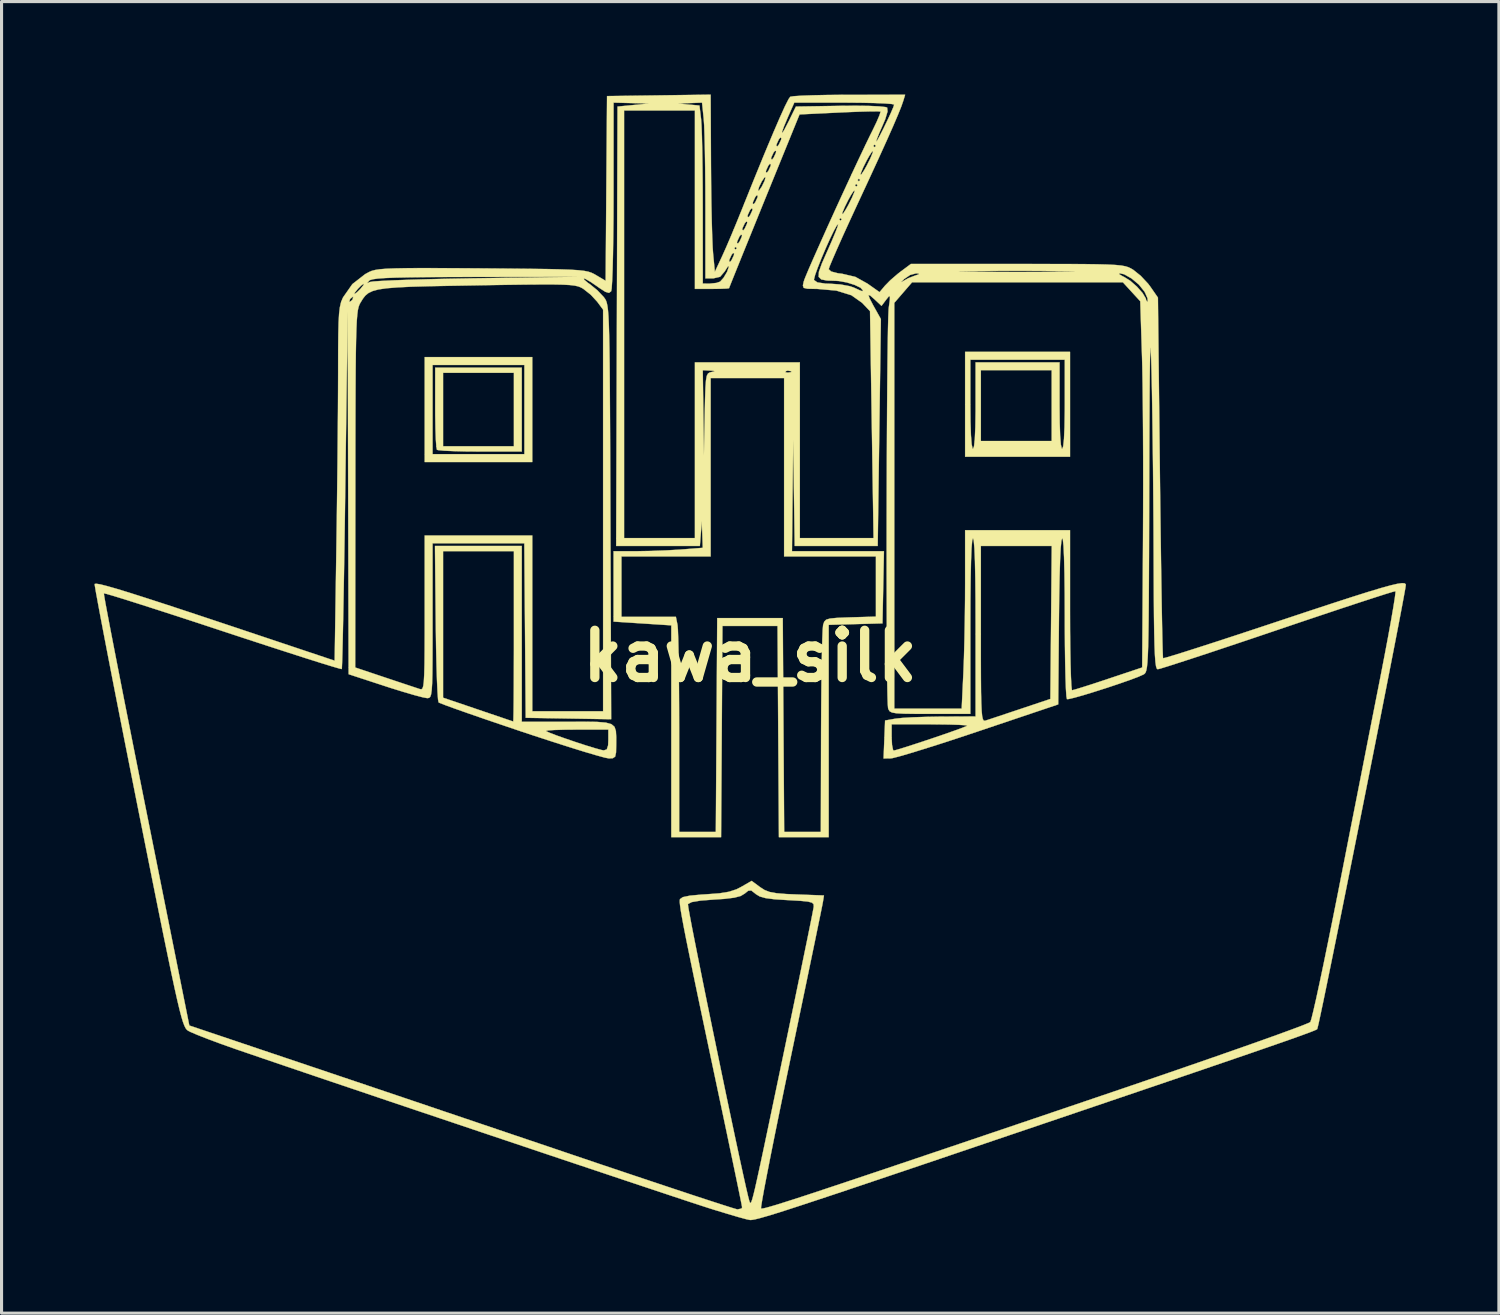
<source format=kicad_pcb>
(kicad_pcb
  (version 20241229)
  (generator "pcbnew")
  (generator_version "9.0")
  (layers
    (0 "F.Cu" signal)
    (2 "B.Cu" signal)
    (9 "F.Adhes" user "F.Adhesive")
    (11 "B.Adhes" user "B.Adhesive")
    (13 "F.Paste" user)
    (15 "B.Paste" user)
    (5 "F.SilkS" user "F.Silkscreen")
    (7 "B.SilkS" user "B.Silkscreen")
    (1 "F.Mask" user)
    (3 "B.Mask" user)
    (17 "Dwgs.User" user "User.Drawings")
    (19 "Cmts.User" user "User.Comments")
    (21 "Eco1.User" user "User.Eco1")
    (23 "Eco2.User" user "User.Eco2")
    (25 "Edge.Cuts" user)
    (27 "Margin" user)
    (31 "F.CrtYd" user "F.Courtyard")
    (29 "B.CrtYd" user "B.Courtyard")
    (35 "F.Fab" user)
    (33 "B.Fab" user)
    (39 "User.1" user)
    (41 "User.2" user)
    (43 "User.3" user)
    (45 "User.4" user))
  (footprint "kawa_silk"
    (layer "F.Cu")
    (at 21.156 18.127)
    (property "Reference" "kawa_silk" (at 0 0 0) (layer "F.SilkS") (effects (font (size 1.524 1.524) (thickness 0.3))))
    (attr through_hole)
    (fp_poly (pts (xy -7.027 -6.265) (xy -10.499 -6.265) (xy -10.499 -9.398) (xy -10.245 -9.398) (xy -10.245 -6.519) (xy -7.281 -6.519) (xy -7.281 -9.398) (xy -10.245 -9.398) (xy -10.499 -9.398) (xy -10.499 -9.652) (xy -7.027 -9.652) (xy -7.027 -6.265)) (stroke (width 0.01) (type solid)) (fill yes) (layer "F.SilkS"))
    (fp_poly (pts (xy -7.366 -6.604) (xy -8.707 -6.604) (xy -9.167 -6.607) (xy -9.566 -6.617) (xy -9.875 -6.631) (xy -10.062 -6.649) (xy -10.104 -6.66) (xy -10.123 -6.761) (xy -10.14 -6.999) (xy -10.152 -7.346) (xy -10.159 -7.77) (xy -10.16 -8.015) (xy -10.16 -9.144) (xy -9.906 -9.144) (xy -9.906 -6.773) (xy -7.62 -6.773) (xy -7.62 -9.144) (xy -9.906 -9.144) (xy -10.16 -9.144) (xy -10.16 -9.313) (xy -7.366 -9.313) (xy -7.366 -6.604)) (stroke (width 0.01) (type solid)) (fill yes) (layer "F.SilkS"))
    (fp_poly (pts (xy 10.329 -6.435) (xy 6.943 -6.435) (xy 6.943 -9.567) (xy 7.112 -9.567) (xy 7.112 -8.128) (xy 7.117 -7.567) (xy 7.131 -7.133) (xy 7.154 -6.84) (xy 7.184 -6.7) (xy 7.197 -6.689) (xy 7.23 -6.771) (xy 7.256 -7.01) (xy 7.273 -7.393) (xy 7.281 -7.906) (xy 7.281 -8.086) (xy 7.281 -9.229) (xy 7.451 -9.229) (xy 7.451 -6.943) (xy 9.737 -6.943) (xy 9.737 -9.229) (xy 7.451 -9.229) (xy 7.281 -9.229) (xy 7.281 -9.483) (xy 9.991 -9.483) (xy 9.991 -8.086) (xy 9.996 -7.535) (xy 10.01 -7.111) (xy 10.033 -6.828) (xy 10.064 -6.696) (xy 10.075 -6.689) (xy 10.108 -6.771) (xy 10.134 -7.011) (xy 10.151 -7.395) (xy 10.159 -7.912) (xy 10.16 -8.128) (xy 10.16 -9.567) (xy 7.112 -9.567) (xy 6.943 -9.567) (xy 6.943 -9.821) (xy 10.329 -9.821) (xy 10.329 -6.435)) (stroke (width 0.01) (type solid)) (fill yes) (layer "F.SilkS"))
    (fp_poly (pts (xy -7.366 2.117) (xy -5.893 2.117) (xy -5.341 2.116) (xy -4.935 2.122) (xy -4.653 2.145) (xy -4.473 2.195) (xy -4.372 2.282) (xy -4.328 2.417) (xy -4.317 2.611) (xy -4.318 2.843) (xy -4.323 3.107) (xy -4.352 3.243) (xy -4.427 3.294) (xy -4.551 3.301) (xy -4.686 3.275) (xy -4.96 3.2) (xy -5.353 3.084) (xy -5.842 2.932) (xy -6.406 2.751) (xy -7.026 2.549) (xy -7.384 2.429) (xy -7.431 2.414) (xy -6.589 2.414) (xy -6.588 2.415) (xy -6.486 2.465) (xy -6.263 2.552) (xy -5.961 2.659) (xy -5.621 2.775) (xy -5.284 2.885) (xy -4.992 2.974) (xy -4.786 3.03) (xy -4.72 3.042) (xy -4.622 3.01) (xy -4.579 2.877) (xy -4.572 2.709) (xy -4.572 2.371) (xy -5.602 2.371) (xy -5.992 2.374) (xy -6.307 2.383) (xy -6.516 2.397) (xy -6.589 2.414) (xy -7.431 2.414) (xy -8.016 2.216) (xy -8.597 2.018) (xy -9.106 1.842) (xy -9.525 1.694) (xy -9.835 1.581) (xy -10.014 1.511) (xy -10.051 1.492) (xy -10.069 1.393) (xy -10.086 1.147) (xy -10.103 0.775) (xy -10.118 0.298) (xy -10.131 -0.261) (xy -10.14 -0.881) (xy -10.142 -1.065) (xy -10.166 -3.387) (xy -9.906 -3.387) (xy -9.906 1.341) (xy -8.784 1.722) (xy -8.379 1.86) (xy -8.035 1.976) (xy -7.784 2.062) (xy -7.653 2.106) (xy -7.641 2.11) (xy -7.636 2.03) (xy -7.631 1.801) (xy -7.627 1.442) (xy -7.624 0.973) (xy -7.622 0.415) (xy -7.62 -0.215) (xy -7.62 -0.635) (xy -7.62 -3.387) (xy -9.906 -3.387) (xy -10.166 -3.387) (xy -10.167 -3.556) (xy -7.366 -3.556) (xy -7.366 2.117)) (stroke (width 0.01) (type solid)) (fill yes) (layer "F.SilkS"))
    (fp_poly (pts (xy -1.259 -15.856) (xy -1.254 -15.216) (xy -1.246 -14.6) (xy -1.234 -14.037) (xy -1.22 -13.558) (xy -1.205 -13.192) (xy -1.191 -12.996) (xy -1.134 -12.404) (xy -0.976 -12.742) (xy -0.675 -12.742) (xy -0.64 -12.727) (xy -0.593 -12.785) (xy -0.521 -12.939) (xy -0.511 -12.996) (xy -0.546 -13.011) (xy -0.593 -12.954) (xy -0.664 -12.8) (xy -0.675 -12.742) (xy -0.976 -12.742) (xy -0.897 -12.912) (xy -0.783 -13.166) (xy -0.508 -13.166) (xy -0.466 -13.123) (xy -0.423 -13.166) (xy -0.466 -13.208) (xy -0.508 -13.166) (xy -0.783 -13.166) (xy -0.77 -13.195) (xy -0.71 -13.335) (xy -0.421 -13.335) (xy -0.386 -13.32) (xy -0.339 -13.377) (xy -0.267 -13.532) (xy -0.257 -13.589) (xy -0.292 -13.604) (xy -0.339 -13.547) (xy -0.41 -13.392) (xy -0.421 -13.335) (xy -0.71 -13.335) (xy -0.604 -13.583) (xy -0.531 -13.758) (xy -0.251 -13.758) (xy -0.216 -13.743) (xy -0.169 -13.801) (xy -0.098 -13.955) (xy -0.087 -14.012) (xy -0.122 -14.027) (xy -0.169 -13.97) (xy -0.241 -13.816) (xy -0.251 -13.758) (xy -0.531 -13.758) (xy -0.421 -14.024) (xy -0.357 -14.182) (xy -0.082 -14.182) (xy -0.047 -14.167) (xy 0 -14.224) (xy 0.072 -14.378) (xy 0.082 -14.436) (xy 0.047 -14.451) (xy 0 -14.393) (xy -0.072 -14.239) (xy -0.082 -14.182) (xy -0.357 -14.182) (xy -0.254 -14.436) (xy -0.186 -14.605) (xy 0.087 -14.605) (xy 0.122 -14.59) (xy 0.169 -14.647) (xy 0.241 -14.802) (xy 0.251 -14.859) (xy 0.216 -14.874) (xy 0.169 -14.817) (xy 0.098 -14.662) (xy 0.087 -14.605) (xy -0.186 -14.605) (xy -0.016 -15.028) (xy 0.26 -15.028) (xy 0.294 -15.029) (xy 0.377 -15.149) (xy 0.381 -15.155) (xy 0.47 -15.338) (xy 0.502 -15.452) (xy 0.468 -15.451) (xy 0.385 -15.331) (xy 0.381 -15.325) (xy 0.292 -15.142) (xy 0.26 -15.028) (xy -0.016 -15.028) (xy 0.12 -15.366) (xy 0.224 -15.621) (xy 0.511 -15.621) (xy 0.546 -15.606) (xy 0.593 -15.663) (xy 0.664 -15.818) (xy 0.675 -15.875) (xy 0.64 -15.89) (xy 0.593 -15.833) (xy 0.521 -15.678) (xy 0.511 -15.621) (xy 0.224 -15.621) (xy 0.397 -16.044) (xy 0.68 -16.044) (xy 0.715 -16.029) (xy 0.762 -16.087) (xy 0.834 -16.241) (xy 0.844 -16.298) (xy 0.809 -16.313) (xy 0.762 -16.256) (xy 0.69 -16.102) (xy 0.68 -16.044) (xy 0.397 -16.044) (xy 0.447 -16.167) (xy 0.573 -16.468) (xy 0.849 -16.468) (xy 0.884 -16.453) (xy 0.931 -16.51) (xy 1.003 -16.664) (xy 1.013 -16.722) (xy 0.978 -16.737) (xy 0.931 -16.679) (xy 0.86 -16.525) (xy 0.849 -16.468) (xy 0.573 -16.468) (xy 0.726 -16.833) (xy 0.762 -16.917) (xy 1.033 -16.917) (xy 1.039 -16.882) (xy 1.11 -16.993) (xy 1.245 -17.255) (xy 1.254 -17.272) (xy 1.482 -17.738) (xy 2.915 -17.761) (xy 3.413 -17.764) (xy 3.841 -17.759) (xy 4.17 -17.744) (xy 4.374 -17.722) (xy 4.427 -17.705) (xy 4.44 -17.581) (xy 4.368 -17.338) (xy 4.285 -17.142) (xy 4.171 -16.882) (xy 4.094 -16.687) (xy 4.071 -16.606) (xy 4.107 -16.648) (xy 4.192 -16.803) (xy 4.307 -17.029) (xy 4.43 -17.283) (xy 4.543 -17.525) (xy 4.624 -17.713) (xy 4.653 -17.801) (xy 4.574 -17.821) (xy 4.351 -17.838) (xy 4.011 -17.852) (xy 3.579 -17.861) (xy 3.082 -17.865) (xy 3.043 -17.865) (xy 1.43 -17.865) (xy 1.223 -17.397) (xy 1.094 -17.09) (xy 1.033 -16.917) (xy 0.762 -16.917) (xy 0.953 -17.36) (xy 1.126 -17.743) (xy 1.245 -17.977) (xy 1.299 -18.054) (xy 1.41 -18.072) (xy 1.663 -18.089) (xy 2.033 -18.102) (xy 2.494 -18.112) (xy 3.018 -18.117) (xy 3.202 -18.117) (xy 5.007 -18.119) (xy 4.949 -17.928) (xy 4.884 -17.741) (xy 4.774 -17.468) (xy 4.616 -17.098) (xy 4.403 -16.619) (xy 4.131 -16.02) (xy 3.794 -15.289) (xy 3.481 -14.616) (xy 3.229 -14.07) (xy 3.002 -13.573) (xy 2.811 -13.144) (xy 2.664 -12.806) (xy 2.57 -12.58) (xy 2.54 -12.489) (xy 2.62 -12.414) (xy 2.841 -12.357) (xy 2.97 -12.342) (xy 3.401 -12.241) (xy 3.791 -12.024) (xy 4.182 -11.748) (xy 4.356 -11.956) (xy 4.472 -12.074) (xy 4.88 -12.074) (xy 4.897 -12.075) (xy 4.919 -12.091) (xy 5.107 -12.198) (xy 5.304 -12.274) (xy 5.451 -12.325) (xy 5.45 -12.328) (xy 11.915 -12.328) (xy 12.031 -12.259) (xy 12.069 -12.242) (xy 12.272 -12.116) (xy 12.488 -11.926) (xy 12.67 -11.72) (xy 12.775 -11.544) (xy 12.785 -11.494) (xy 12.818 -11.441) (xy 12.835 -11.452) (xy 12.83 -11.551) (xy 12.752 -11.728) (xy 12.729 -11.769) (xy 12.552 -11.991) (xy 12.315 -12.19) (xy 12.076 -12.325) (xy 11.928 -12.358) (xy 11.915 -12.328) (xy 5.45 -12.328) (xy 5.443 -12.348) (xy 5.36 -12.354) (xy 5.169 -12.303) (xy 4.975 -12.171) (xy 4.88 -12.074) (xy 4.472 -12.074) (xy 4.533 -12.136) (xy 4.771 -12.341) (xy 4.862 -12.411) (xy 4.866 -12.414) (xy 6.729 -12.414) (xy 6.779 -12.41) (xy 6.975 -12.406) (xy 7.309 -12.403) (xy 7.773 -12.401) (xy 8.358 -12.4) (xy 8.594 -12.4) (xy 9.223 -12.4) (xy 9.735 -12.402) (xy 10.121 -12.405) (xy 10.374 -12.408) (xy 10.486 -12.412) (xy 10.447 -12.417) (xy 10.25 -12.423) (xy 10.144 -12.425) (xy 9.512 -12.432) (xy 8.784 -12.435) (xy 8.037 -12.434) (xy 7.345 -12.428) (xy 7.096 -12.425) (xy 6.832 -12.419) (xy 6.729 -12.414) (xy 4.866 -12.414) (xy 5.194 -12.658) (xy 8.629 -12.658) (xy 9.482 -12.657) (xy 10.182 -12.656) (xy 10.746 -12.654) (xy 11.191 -12.648) (xy 11.533 -12.639) (xy 11.79 -12.626) (xy 11.978 -12.608) (xy 12.114 -12.583) (xy 12.214 -12.552) (xy 12.295 -12.513) (xy 12.371 -12.468) (xy 12.61 -12.276) (xy 12.848 -12.022) (xy 12.921 -11.925) (xy 13.166 -11.572) (xy 13.231 -5.769) (xy 13.243 -4.794) (xy 13.255 -3.869) (xy 13.267 -3.009) (xy 13.279 -2.226) (xy 13.29 -1.535) (xy 13.301 -0.95) (xy 13.311 -0.485) (xy 13.32 -0.153) (xy 13.328 0.033) (xy 13.332 0.068) (xy 13.417 0.049) (xy 13.646 -0.019) (xy 14.004 -0.13) (xy 14.474 -0.28) (xy 15.041 -0.463) (xy 15.689 -0.675) (xy 16.401 -0.91) (xy 17.076 -1.134) (xy 18.005 -1.443) (xy 18.786 -1.7) (xy 19.43 -1.909) (xy 19.952 -2.074) (xy 20.361 -2.197) (xy 20.672 -2.283) (xy 20.895 -2.335) (xy 21.044 -2.356) (xy 21.129 -2.35) (xy 21.164 -2.32) (xy 21.167 -2.304) (xy 21.151 -2.192) (xy 21.104 -1.932) (xy 21.03 -1.536) (xy 20.932 -1.021) (xy 20.812 -0.4) (xy 20.673 0.311) (xy 20.519 1.098) (xy 20.352 1.946) (xy 20.175 2.841) (xy 19.991 3.767) (xy 19.803 4.711) (xy 19.614 5.657) (xy 19.427 6.59) (xy 19.245 7.497) (xy 19.071 8.362) (xy 18.907 9.171) (xy 18.757 9.909) (xy 18.624 10.56) (xy 18.51 11.112) (xy 18.418 11.548) (xy 18.352 11.855) (xy 18.313 12.016) (xy 18.306 12.038) (xy 18.271 12.059) (xy 18.186 12.095) (xy 18.045 12.15) (xy 17.84 12.225) (xy 17.566 12.324) (xy 17.213 12.448) (xy 16.776 12.6) (xy 16.248 12.783) (xy 15.62 12.998) (xy 14.887 13.249) (xy 14.041 13.538) (xy 13.074 13.867) (xy 11.981 14.238) (xy 10.753 14.655) (xy 9.384 15.119) (xy 7.866 15.633) (xy 6.731 16.018) (xy 5.538 16.422) (xy 4.494 16.774) (xy 3.591 17.078) (xy 2.817 17.338) (xy 2.162 17.555) (xy 1.617 17.735) (xy 1.171 17.88) (xy 0.814 17.993) (xy 0.536 18.077) (xy 0.326 18.137) (xy 0.174 18.175) (xy 0.071 18.194) (xy 0.006 18.199) (xy -0.119 18.173) (xy -0.373 18.104) (xy -0.722 18.001) (xy -1.136 17.875) (xy -1.312 17.82) (xy -1.571 17.736) (xy -1.974 17.604) (xy -2.508 17.427) (xy -3.156 17.211) (xy -3.904 16.962) (xy -4.735 16.684) (xy -5.636 16.383) (xy -6.591 16.063) (xy -7.584 15.729) (xy -8.601 15.388) (xy -9.625 15.043) (xy -10.643 14.701) (xy -11.638 14.366) (xy -12.595 14.042) (xy -13.5 13.737) (xy -14.336 13.454) (xy -15.09 13.198) (xy -15.744 12.975) (xy -16.285 12.79) (xy -16.609 12.679) (xy -17.07 12.516) (xy -17.487 12.361) (xy -17.829 12.227) (xy -18.063 12.127) (xy -18.141 12.086) (xy -18.179 12.055) (xy -18.217 12.005) (xy -18.256 11.925) (xy -18.301 11.806) (xy -18.352 11.637) (xy -18.412 11.407) (xy -18.484 11.105) (xy -18.57 10.722) (xy -18.672 10.246) (xy -18.793 9.667) (xy -18.936 8.975) (xy -19.101 8.16) (xy -19.292 7.21) (xy -19.511 6.115) (xy -19.761 4.865) (xy -19.768 4.83) (xy -19.981 3.757) (xy -20.184 2.733) (xy -20.374 1.769) (xy -20.549 0.877) (xy -20.706 0.069) (xy -20.843 -0.642) (xy -20.958 -1.244) (xy -21.048 -1.726) (xy -21.103 -2.028) (xy -20.855 -2.028) (xy -20.843 -1.941) (xy -20.801 -1.7) (xy -20.729 -1.318) (xy -20.632 -0.807) (xy -20.51 -0.178) (xy -20.367 0.555) (xy -20.205 1.381) (xy -20.025 2.288) (xy -19.832 3.262) (xy -19.626 4.293) (xy -19.491 4.966) (xy -18.096 11.921) (xy -14.573 13.107) (xy -13.827 13.358) (xy -12.949 13.654) (xy -11.967 13.985) (xy -10.909 14.342) (xy -9.804 14.716) (xy -8.68 15.096) (xy -7.566 15.473) (xy -6.488 15.837) (xy -5.8 16.07) (xy -4.894 16.377) (xy -4.033 16.666) (xy -3.23 16.935) (xy -2.501 17.178) (xy -1.857 17.392) (xy -1.314 17.57) (xy -0.885 17.709) (xy -0.583 17.805) (xy -0.423 17.852) (xy -0.402 17.856) (xy -0.277 17.829) (xy -0.254 17.792) (xy -0.271 17.697) (xy -0.32 17.453) (xy -0.397 17.077) (xy -0.499 16.586) (xy -0.622 15.998) (xy -0.762 15.327) (xy -0.917 14.593) (xy -1.051 13.961) (xy -1.295 12.81) (xy -1.505 11.813) (xy -1.685 10.959) (xy -1.835 10.237) (xy -1.959 9.635) (xy -2.059 9.144) (xy -2.136 8.751) (xy -2.193 8.445) (xy -2.233 8.216) (xy -2.256 8.051) (xy -2.261 8.005) (xy -2.003 8.005) (xy -1.992 8.1) (xy -1.949 8.343) (xy -1.879 8.715) (xy -1.784 9.199) (xy -1.669 9.776) (xy -1.538 10.429) (xy -1.394 11.139) (xy -1.24 11.888) (xy -1.081 12.658) (xy -0.921 13.432) (xy -0.763 14.191) (xy -0.61 14.917) (xy -0.467 15.592) (xy -0.337 16.198) (xy -0.224 16.717) (xy -0.132 17.131) (xy -0.064 17.422) (xy -0.026 17.568) (xy -0.011 17.615) (xy 0.004 17.646) (xy 0.021 17.649) (xy 0.043 17.614) (xy 0.073 17.528) (xy 0.113 17.379) (xy 0.167 17.157) (xy 0.236 16.848) (xy 0.325 16.442) (xy 0.435 15.927) (xy 0.569 15.292) (xy 0.73 14.523) (xy 0.921 13.611) (xy 1.106 12.726) (xy 1.283 11.876) (xy 1.45 11.073) (xy 1.603 10.332) (xy 1.739 9.67) (xy 1.856 9.102) (xy 1.949 8.644) (xy 2.015 8.312) (xy 2.051 8.122) (xy 2.057 8.086) (xy 2.053 8.008) (xy 2.001 7.956) (xy 1.871 7.922) (xy 1.635 7.898) (xy 1.262 7.876) (xy 1.215 7.874) (xy 0.793 7.847) (xy 0.506 7.81) (xy 0.316 7.757) (xy 0.19 7.681) (xy 0.178 7.67) (xy 0.041 7.563) (xy -0.058 7.572) (xy -0.168 7.661) (xy -0.3 7.741) (xy -0.51 7.796) (xy -0.833 7.835) (xy -1.149 7.855) (xy -1.598 7.89) (xy -1.882 7.938) (xy -2.001 8) (xy -2.003 8.005) (xy -2.261 8.005) (xy -2.267 7.94) (xy -2.266 7.872) (xy -2.259 7.842) (xy -2.168 7.778) (xy -1.94 7.73) (xy -1.562 7.695) (xy -1.422 7.687) (xy -0.989 7.655) (xy -0.677 7.604) (xy -0.435 7.525) (xy -0.287 7.449) (xy 0.053 7.253) (xy 0.327 7.456) (xy 0.474 7.55) (xy 0.637 7.612) (xy 0.858 7.652) (xy 1.177 7.678) (xy 1.494 7.691) (xy 2.387 7.724) (xy 2.351 7.947) (xy 2.327 8.069) (xy 2.272 8.342) (xy 2.188 8.749) (xy 2.08 9.275) (xy 1.949 9.905) (xy 1.8 10.624) (xy 1.635 11.415) (xy 1.458 12.263) (xy 1.31 12.973) (xy 1.128 13.849) (xy 0.958 14.676) (xy 0.803 15.438) (xy 0.666 16.121) (xy 0.551 16.709) (xy 0.459 17.188) (xy 0.395 17.544) (xy 0.36 17.761) (xy 0.356 17.825) (xy 0.378 17.83) (xy 0.432 17.823) (xy 0.525 17.802) (xy 0.665 17.763) (xy 0.859 17.706) (xy 1.116 17.625) (xy 1.443 17.521) (xy 1.848 17.389) (xy 2.34 17.226) (xy 2.924 17.032) (xy 3.611 16.802) (xy 4.407 16.535) (xy 5.32 16.227) (xy 6.358 15.877) (xy 7.529 15.481) (xy 8.841 15.037) (xy 10.301 14.542) (xy 11.091 14.274) (xy 12.131 13.921) (xy 13.125 13.581) (xy 14.062 13.258) (xy 14.931 12.957) (xy 15.718 12.682) (xy 16.413 12.437) (xy 17.003 12.226) (xy 17.477 12.053) (xy 17.823 11.923) (xy 18.03 11.839) (xy 18.086 11.809) (xy 18.12 11.703) (xy 18.183 11.448) (xy 18.272 11.059) (xy 18.382 10.552) (xy 18.51 9.945) (xy 18.652 9.253) (xy 18.806 8.493) (xy 18.968 7.682) (xy 19.001 7.514) (xy 19.186 6.574) (xy 19.38 5.584) (xy 19.579 4.577) (xy 19.774 3.584) (xy 19.959 2.64) (xy 20.129 1.776) (xy 20.277 1.026) (xy 20.354 0.635) (xy 20.48 -0.018) (xy 20.593 -0.616) (xy 20.688 -1.139) (xy 20.762 -1.567) (xy 20.812 -1.881) (xy 20.834 -2.061) (xy 20.832 -2.097) (xy 20.743 -2.075) (xy 20.51 -2.004) (xy 20.149 -1.888) (xy 19.675 -1.734) (xy 19.105 -1.546) (xy 18.455 -1.329) (xy 17.74 -1.089) (xy 17.028 -0.848) (xy 16.265 -0.59) (xy 15.549 -0.35) (xy 14.896 -0.132) (xy 14.323 0.057) (xy 13.846 0.212) (xy 13.482 0.329) (xy 13.247 0.401) (xy 13.158 0.423) (xy 13.129 0.402) (xy 13.105 0.329) (xy 13.085 0.19) (xy 13.069 -0.028) (xy 13.056 -0.339) (xy 13.046 -0.757) (xy 13.038 -1.295) (xy 13.033 -1.967) (xy 13.029 -2.788) (xy 13.027 -3.323) (xy 13.023 -4.209) (xy 13.016 -5.13) (xy 13.008 -6.054) (xy 12.997 -6.947) (xy 12.986 -7.778) (xy 12.974 -8.512) (xy 12.961 -9.118) (xy 12.958 -9.229) (xy 12.947 -9.601) (xy 12.937 -9.845) (xy 12.929 -9.955) (xy 12.921 -9.929) (xy 12.914 -9.762) (xy 12.908 -9.45) (xy 12.902 -8.989) (xy 12.897 -8.375) (xy 12.893 -7.604) (xy 12.889 -6.673) (xy 12.886 -5.576) (xy 12.885 -5.443) (xy 12.882 -4.296) (xy 12.879 -3.307) (xy 12.875 -2.464) (xy 12.871 -1.755) (xy 12.866 -1.167) (xy 12.859 -0.69) (xy 12.851 -0.311) (xy 12.84 -0.018) (xy 12.827 0.2) (xy 12.811 0.356) (xy 12.791 0.46) (xy 12.768 0.526) (xy 12.741 0.564) (xy 12.71 0.587) (xy 12.699 0.593) (xy 12.528 0.669) (xy 12.25 0.773) (xy 11.9 0.895) (xy 11.514 1.024) (xy 11.124 1.148) (xy 10.767 1.258) (xy 10.475 1.34) (xy 10.285 1.385) (xy 10.23 1.388) (xy 10.212 1.295) (xy 10.196 1.055) (xy 10.183 0.687) (xy 10.172 0.213) (xy 10.164 -0.347) (xy 10.16 -0.971) (xy 10.16 -1.233) (xy 10.157 -2.02) (xy 10.149 -2.673) (xy 10.136 -3.186) (xy 10.119 -3.551) (xy 10.097 -3.76) (xy 10.077 -3.81) (xy 10.051 -3.727) (xy 10.028 -3.483) (xy 10.008 -3.086) (xy 9.992 -2.545) (xy 9.979 -1.868) (xy 9.971 -1.127) (xy 9.948 1.557) (xy 7.366 2.426) (xy 6.728 2.639) (xy 6.132 2.833) (xy 5.6 3.001) (xy 5.154 3.138) (xy 4.814 3.237) (xy 4.601 3.291) (xy 4.547 3.299) (xy 4.311 3.302) (xy 4.355 2.201) (xy 4.572 2.201) (xy 4.572 2.625) (xy 4.584 2.866) (xy 4.615 3.019) (xy 4.639 3.048) (xy 4.74 3.022) (xy 4.97 2.952) (xy 5.298 2.847) (xy 5.694 2.716) (xy 5.837 2.669) (xy 6.247 2.529) (xy 6.597 2.406) (xy 6.857 2.311) (xy 6.997 2.254) (xy 7.011 2.245) (xy 6.948 2.23) (xy 6.743 2.217) (xy 6.425 2.207) (xy 6.023 2.202) (xy 5.814 2.201) (xy 4.572 2.201) (xy 4.355 2.201) (xy 4.36 2.077) (xy 4.699 2.017) (xy 4.913 1.994) (xy 5.251 1.974) (xy 5.669 1.96) (xy 6.121 1.952) (xy 6.16 1.952) (xy 7.281 1.947) (xy 7.281 -0.931) (xy 7.279 -1.791) (xy 7.272 -2.505) (xy 7.26 -3.069) (xy 7.243 -3.477) (xy 7.236 -3.556) (xy 7.451 -3.556) (xy 7.451 -0.714) (xy 7.451 0.055) (xy 7.453 0.671) (xy 7.457 1.151) (xy 7.465 1.511) (xy 7.477 1.767) (xy 7.493 1.936) (xy 7.516 2.034) (xy 7.545 2.079) (xy 7.582 2.085) (xy 7.599 2.081) (xy 7.734 2.037) (xy 7.993 1.951) (xy 8.337 1.836) (xy 8.721 1.708) (xy 9.694 1.382) (xy 9.717 -1.087) (xy 9.739 -3.556) (xy 7.451 -3.556) (xy 7.236 -3.556) (xy 7.222 -3.726) (xy 7.197 -3.81) (xy 7.197 -3.81) (xy 7.171 -3.726) (xy 7.15 -3.478) (xy 7.134 -3.07) (xy 7.122 -2.507) (xy 7.114 -1.794) (xy 7.112 -0.974) (xy 7.112 1.863) (xy 5.81 1.863) (xy 5.314 1.862) (xy 4.963 1.857) (xy 4.728 1.844) (xy 4.586 1.82) (xy 4.509 1.781) (xy 4.472 1.723) (xy 4.456 1.672) (xy 4.446 1.549) (xy 4.437 1.274) (xy 4.429 0.861) (xy 4.423 0.329) (xy 4.418 -0.307) (xy 4.414 -1.031) (xy 4.412 -1.827) (xy 4.41 -2.676) (xy 4.41 -3.565) (xy 4.411 -4.475) (xy 4.413 -5.391) (xy 4.416 -6.297) (xy 4.42 -7.175) (xy 4.425 -8.01) (xy 4.431 -8.785) (xy 4.438 -9.485) (xy 4.446 -10.091) (xy 4.454 -10.589) (xy 4.464 -10.962) (xy 4.474 -11.193) (xy 4.479 -11.248) (xy 4.5 -11.402) (xy 4.657 -11.402) (xy 4.657 1.693) (xy 6.832 1.693) (xy 6.887 0.537) (xy 6.905 0.066) (xy 6.921 -0.52) (xy 6.933 -1.168) (xy 6.941 -1.826) (xy 6.943 -2.342) (xy 6.943 -4.064) (xy 10.329 -4.064) (xy 10.329 -1.482) (xy 10.331 -0.84) (xy 10.337 -0.256) (xy 10.346 0.249) (xy 10.358 0.654) (xy 10.372 0.94) (xy 10.388 1.086) (xy 10.395 1.101) (xy 10.496 1.075) (xy 10.725 1.005) (xy 11.052 0.901) (xy 11.446 0.771) (xy 11.559 0.733) (xy 12.658 0.366) (xy 12.684 -3.733) (xy 12.688 -4.63) (xy 12.69 -5.541) (xy 12.689 -6.438) (xy 12.685 -7.294) (xy 12.679 -8.081) (xy 12.671 -8.773) (xy 12.661 -9.342) (xy 12.653 -9.643) (xy 12.596 -11.454) (xy 12.316 -11.759) (xy 12.036 -12.065) (xy 5.23 -12.065) (xy 4.943 -11.733) (xy 4.657 -11.402) (xy 4.5 -11.402) (xy 4.514 -11.505) (xy 4.516 -11.617) (xy 4.478 -11.608) (xy 4.394 -11.504) (xy 4.245 -11.305) (xy 4.027 -11.509) (xy 3.88 -11.638) (xy 3.823 -11.656) (xy 3.857 -11.552) (xy 3.98 -11.316) (xy 4.017 -11.25) (xy 4.224 -10.88) (xy 4.173 -7.218) (xy 4.122 -3.556) (xy 1.443 -3.556) (xy 1.393 -6.985) (xy 1.374 -5.186) (xy 1.355 -3.387) (xy 2.839 -3.387) (xy 4.323 -3.387) (xy 4.276 -1.058) (xy 3.408 -1.034) (xy 2.54 -1.01) (xy 2.54 5.842) (xy 0.933 5.842) (xy 0.889 -0.974) (xy -0.889 -0.974) (xy -0.933 5.842) (xy -2.54 5.842) (xy -2.54 -0.994) (xy -4.403 -1.115) (xy -4.403 -3.217) (xy -4.149 -3.217) (xy -4.149 -1.27) (xy -2.392 -1.27) (xy -2.339 -1.005) (xy -2.327 -0.863) (xy -2.316 -0.571) (xy -2.306 -0.151) (xy -2.298 0.377) (xy -2.292 0.992) (xy -2.288 1.674) (xy -2.286 2.403) (xy -2.286 2.466) (xy -2.286 5.673) (xy -1.103 5.673) (xy -1.08 2.223) (xy -1.058 -1.228) (xy 1.058 -1.228) (xy 1.08 2.223) (xy 1.103 5.673) (xy 2.286 5.673) (xy 2.294 2.434) (xy 2.298 1.702) (xy 2.304 1.017) (xy 2.312 0.398) (xy 2.322 -0.134) (xy 2.334 -0.558) (xy 2.346 -0.857) (xy 2.36 -1.008) (xy 2.362 -1.016) (xy 2.397 -1.114) (xy 2.459 -1.177) (xy 2.583 -1.214) (xy 2.801 -1.235) (xy 3.147 -1.249) (xy 3.242 -1.252) (xy 4.064 -1.276) (xy 4.064 -3.217) (xy 1.101 -3.217) (xy 1.101 -8.975) (xy -1.27 -8.975) (xy -1.27 -3.217) (xy -4.149 -3.217) (xy -4.403 -3.217) (xy -4.403 -3.387) (xy -3.662 -3.387) (xy -3.202 -3.395) (xy -2.694 -3.414) (xy -2.244 -3.44) (xy -2.223 -3.442) (xy -1.524 -3.496) (xy -1.555 -4.36) (xy -1.586 -3.958) (xy -1.618 -3.556) (xy -4.319 -3.556) (xy -4.297 -10.647) (xy -4.276 -17.611) (xy -4.064 -17.611) (xy -4.064 -3.81) (xy -1.778 -3.81) (xy -1.778 -9.229) (xy -1.524 -9.229) (xy -1.486 -6.477) (xy -1.461 -7.805) (xy -1.45 -8.306) (xy -1.438 -8.662) (xy -1.421 -8.9) (xy -1.395 -9.045) (xy -1.355 -9.122) (xy -1.298 -9.157) (xy -1.267 -9.164) (xy 1.137 -9.164) (xy 1.221 -9.151) (xy 1.33 -9.166) (xy 1.332 -9.195) (xy 1.218 -9.215) (xy 1.169 -9.202) (xy 1.137 -9.164) (xy -1.267 -9.164) (xy -1.247 -9.169) (xy -1.138 -9.196) (xy -1.186 -9.211) (xy -1.291 -9.217) (xy -1.524 -9.229) (xy -1.778 -9.229) (xy -1.778 -9.483) (xy 1.609 -9.483) (xy 1.609 -3.81) (xy 3.988 -3.81) (xy 3.931 -7.472) (xy 3.874 -11.134) (xy 3.618 -11.404) (xy 3.273 -11.648) (xy 2.788 -11.798) (xy 2.163 -11.853) (xy 2.103 -11.853) (xy 1.852 -11.858) (xy 1.733 -11.886) (xy 1.707 -11.963) (xy 1.733 -12.086) (xy 1.759 -12.158) (xy 2.065 -12.158) (xy 2.067 -12.139) (xy 2.176 -12.062) (xy 2.437 -12.024) (xy 2.601 -12.019) (xy 2.922 -11.996) (xy 3.214 -11.942) (xy 3.344 -11.899) (xy 3.537 -11.811) (xy 3.621 -11.779) (xy 3.641 -11.789) (xy 3.641 -11.809) (xy 3.566 -11.892) (xy 3.377 -11.982) (xy 3.128 -12.06) (xy 2.871 -12.107) (xy 2.777 -12.113) (xy 2.485 -12.123) (xy 2.3 -12.158) (xy 2.215 -12.243) (xy 2.224 -12.405) (xy 2.318 -12.669) (xy 2.49 -13.06) (xy 2.498 -13.076) (xy 2.648 -13.418) (xy 2.765 -13.699) (xy 2.835 -13.885) (xy 2.848 -13.944) (xy 2.798 -13.894) (xy 2.703 -13.721) (xy 2.578 -13.463) (xy 2.44 -13.156) (xy 2.304 -12.835) (xy 2.186 -12.538) (xy 2.101 -12.3) (xy 2.065 -12.158) (xy 1.759 -12.158) (xy 1.782 -12.221) (xy 1.893 -12.486) (xy 2.055 -12.857) (xy 2.257 -13.311) (xy 2.487 -13.824) (xy 2.611 -14.097) (xy 2.879 -14.097) (xy 2.921 -14.055) (xy 2.963 -14.097) (xy 2.921 -14.139) (xy 2.879 -14.097) (xy 2.611 -14.097) (xy 2.688 -14.266) (xy 2.971 -14.266) (xy 3.006 -14.284) (xy 3.095 -14.42) (xy 3.175 -14.563) (xy 3.292 -14.797) (xy 3.366 -14.975) (xy 3.379 -15.028) (xy 3.344 -15.011) (xy 3.255 -14.874) (xy 3.175 -14.732) (xy 3.058 -14.497) (xy 2.984 -14.32) (xy 2.971 -14.266) (xy 2.688 -14.266) (xy 2.736 -14.372) (xy 2.993 -14.933) (xy 3.116 -15.198) (xy 3.387 -15.198) (xy 3.429 -15.155) (xy 3.471 -15.198) (xy 3.429 -15.24) (xy 3.387 -15.198) (xy 3.116 -15.198) (xy 3.194 -15.367) (xy 3.471 -15.367) (xy 3.514 -15.325) (xy 3.556 -15.367) (xy 3.514 -15.409) (xy 3.471 -15.367) (xy 3.194 -15.367) (xy 3.247 -15.481) (xy 3.272 -15.536) (xy 3.564 -15.536) (xy 3.598 -15.554) (xy 3.688 -15.69) (xy 3.768 -15.833) (xy 3.885 -16.067) (xy 3.959 -16.245) (xy 3.972 -16.298) (xy 3.937 -16.281) (xy 3.848 -16.144) (xy 3.768 -16.002) (xy 3.65 -15.767) (xy 3.577 -15.59) (xy 3.564 -15.536) (xy 3.272 -15.536) (xy 3.487 -15.995) (xy 3.703 -16.45) (xy 3.711 -16.468) (xy 3.979 -16.468) (xy 4.022 -16.425) (xy 4.064 -16.468) (xy 4.022 -16.51) (xy 3.979 -16.468) (xy 3.711 -16.468) (xy 3.883 -16.823) (xy 3.953 -16.963) (xy 4.087 -17.242) (xy 4.179 -17.457) (xy 4.214 -17.569) (xy 4.212 -17.576) (xy 4.12 -17.583) (xy 3.89 -17.582) (xy 3.55 -17.573) (xy 3.131 -17.557) (xy 2.889 -17.546) (xy 1.599 -17.484) (xy 0.461 -14.69) (xy 0.199 -14.044) (xy -0.042 -13.45) (xy -0.255 -12.926) (xy -0.432 -12.488) (xy -0.566 -12.155) (xy -0.65 -11.945) (xy -0.677 -11.874) (xy -0.754 -11.864) (xy -0.957 -11.856) (xy -1.228 -11.853) (xy -1.778 -11.853) (xy -1.778 -17.611) (xy -4.064 -17.611) (xy -4.276 -17.611) (xy -4.276 -17.738) (xy -3.271 -17.835) (xy -2.328 -17.835) (xy -1.98 -17.803) (xy -1.631 -17.771) (xy -1.578 -17.331) (xy -1.565 -17.132) (xy -1.552 -16.79) (xy -1.541 -16.332) (xy -1.533 -15.784) (xy -1.527 -15.173) (xy -1.525 -14.525) (xy -1.525 -14.457) (xy -1.524 -12.023) (xy -1.291 -12.024) (xy -1.084 -12.046) (xy -0.965 -12.087) (xy -0.852 -12.213) (xy -0.741 -12.401) (xy -0.682 -12.565) (xy -0.681 -12.589) (xy -0.717 -12.573) (xy -0.8 -12.444) (xy -0.81 -12.425) (xy -0.964 -12.244) (xy -1.186 -12.192) (xy -1.188 -12.192) (xy -1.439 -12.192) (xy -1.439 -14.508) (xy -1.441 -15.149) (xy -1.447 -15.761) (xy -1.456 -16.316) (xy -1.467 -16.786) (xy -1.48 -17.142) (xy -1.494 -17.344) (xy -1.548 -17.865) (xy -1.938 -17.85) (xy -2.328 -17.835) (xy -3.271 -17.835) (xy -3.26 -17.836) (xy -4.403 -17.865) (xy -4.404 -14.88) (xy -4.406 -14.182) (xy -4.413 -13.535) (xy -4.422 -12.96) (xy -4.434 -12.476) (xy -4.449 -12.104) (xy -4.465 -11.863) (xy -4.481 -11.777) (xy -4.551 -11.724) (xy -4.67 -11.759) (xy -4.874 -11.892) (xy -4.919 -11.925) (xy -5.138 -12.075) (xy -5.306 -12.172) (xy -5.363 -12.192) (xy -5.353 -12.151) (xy -5.232 -12.049) (xy -5.164 -12.002) (xy -4.926 -11.808) (xy -4.722 -11.592) (xy -4.707 -11.572) (xy -4.674 -11.526) (xy -4.646 -11.473) (xy -4.622 -11.402) (xy -4.601 -11.301) (xy -4.583 -11.16) (xy -4.568 -10.966) (xy -4.556 -10.709) (xy -4.546 -10.376) (xy -4.537 -9.957) (xy -4.53 -9.44) (xy -4.525 -8.814) (xy -4.52 -8.067) (xy -4.515 -7.187) (xy -4.511 -6.165) (xy -4.507 -4.987) (xy -4.506 -4.648) (xy -4.481 2.036) (xy -5.86 2.013) (xy -7.239 1.99) (xy -7.284 -3.641) (xy -8.764 -3.641) (xy -10.245 -3.641) (xy -10.245 -1.143) (xy -10.245 -0.428) (xy -10.247 0.135) (xy -10.251 0.566) (xy -10.259 0.881) (xy -10.273 1.098) (xy -10.293 1.236) (xy -10.32 1.313) (xy -10.357 1.346) (xy -10.404 1.355) (xy -10.419 1.355) (xy -10.56 1.329) (xy -10.827 1.259) (xy -11.186 1.154) (xy -11.605 1.024) (xy -11.774 0.969) (xy -12.954 0.583) (xy -12.955 0.366) (xy -12.742 0.366) (xy -11.769 0.692) (xy -11.377 0.823) (xy -11.034 0.937) (xy -10.778 1.022) (xy -10.647 1.065) (xy -10.604 1.069) (xy -10.571 1.041) (xy -10.545 0.962) (xy -10.527 0.816) (xy -10.514 0.584) (xy -10.505 0.249) (xy -10.501 -0.205) (xy -10.499 -0.798) (xy -10.499 -1.391) (xy -10.499 -3.895) (xy -7.027 -3.895) (xy -7.027 1.778) (xy -4.741 1.778) (xy -4.741 -11.183) (xy -4.931 -11.439) (xy -5.139 -11.665) (xy -5.38 -11.855) (xy -5.384 -11.858) (xy -5.459 -11.9) (xy -5.545 -11.934) (xy -5.659 -11.959) (xy -5.82 -11.978) (xy -6.044 -11.99) (xy -6.349 -11.996) (xy -6.752 -11.996) (xy -7.27 -11.992) (xy -7.921 -11.983) (xy -8.722 -11.97) (xy -8.814 -11.968) (xy -9.67 -11.953) (xy -10.373 -11.939) (xy -10.94 -11.923) (xy -11.387 -11.901) (xy -11.732 -11.873) (xy -11.991 -11.835) (xy -12.179 -11.784) (xy -12.315 -11.719) (xy -12.415 -11.637) (xy -12.495 -11.534) (xy -12.571 -11.41) (xy -12.578 -11.399) (xy -12.608 -11.34) (xy -12.634 -11.265) (xy -12.657 -11.162) (xy -12.675 -11.017) (xy -12.691 -10.82) (xy -12.703 -10.557) (xy -12.713 -10.216) (xy -12.721 -9.786) (xy -12.727 -9.252) (xy -12.731 -8.603) (xy -12.734 -7.827) (xy -12.736 -6.911) (xy -12.737 -5.843) (xy -12.737 -5.386) (xy -12.742 0.366) (xy -12.955 0.366) (xy -12.969 -5.275) (xy -12.984 -11.134) (xy -13.063 -5.376) (xy -13.076 -4.405) (xy -13.09 -3.484) (xy -13.104 -2.627) (xy -13.118 -1.849) (xy -13.131 -1.162) (xy -13.143 -0.582) (xy -13.154 -0.121) (xy -13.164 0.206) (xy -13.172 0.386) (xy -13.175 0.417) (xy -13.26 0.398) (xy -13.49 0.331) (xy -13.848 0.221) (xy -14.32 0.072) (xy -14.889 -0.111) (xy -15.54 -0.322) (xy -16.256 -0.556) (xy -17.016 -0.806) (xy -17.782 -1.059) (xy -18.498 -1.293) (xy -19.148 -1.503) (xy -19.716 -1.685) (xy -20.186 -1.834) (xy -20.544 -1.944) (xy -20.772 -2.01) (xy -20.855 -2.028) (xy -21.103 -2.028) (xy -21.112 -2.075) (xy -21.146 -2.279) (xy -21.151 -2.33) (xy -21.096 -2.337) (xy -20.965 -2.316) (xy -20.748 -2.261) (xy -20.436 -2.172) (xy -20.018 -2.044) (xy -19.485 -1.874) (xy -18.825 -1.66) (xy -18.03 -1.398) (xy -17.089 -1.085) (xy -16.672 -0.946) (xy -13.405 0.147) (xy -13.349 -3.539) (xy -13.336 -4.411) (xy -13.325 -5.314) (xy -13.314 -6.216) (xy -13.306 -7.083) (xy -13.299 -7.884) (xy -13.295 -8.586) (xy -13.293 -9.158) (xy -13.293 -9.246) (xy -13.292 -9.893) (xy -13.287 -10.394) (xy -13.278 -10.773) (xy -13.262 -11.052) (xy -13.238 -11.255) (xy -13.204 -11.405) (xy -13.193 -11.436) (xy -12.933 -11.436) (xy -12.922 -11.43) (xy -12.844 -11.49) (xy -12.827 -11.515) (xy -12.805 -11.594) (xy -12.817 -11.599) (xy -12.894 -11.54) (xy -12.912 -11.515) (xy -12.933 -11.436) (xy -13.193 -11.436) (xy -13.159 -11.525) (xy -13.132 -11.582) (xy -13.06 -11.684) (xy -12.769 -11.684) (xy -12.687 -11.74) (xy -12.573 -11.853) (xy -12.475 -11.976) (xy -12.462 -12.023) (xy -12.544 -11.967) (xy -12.658 -11.853) (xy -12.755 -11.731) (xy -12.769 -11.684) (xy -13.06 -11.684) (xy -12.834 -12.007) (xy -12.797 -12.036) (xy -12.359 -12.036) (xy -12.298 -12.061) (xy -12.277 -12.074) (xy -12.166 -12.092) (xy -11.906 -12.11) (xy -11.514 -12.129) (xy -11.009 -12.148) (xy -10.411 -12.165) (xy -9.738 -12.181) (xy -9.01 -12.194) (xy -8.805 -12.197) (xy -5.461 -12.244) (xy -8.822 -12.239) (xy -9.691 -12.237) (xy -10.405 -12.233) (xy -10.978 -12.226) (xy -11.427 -12.217) (xy -11.764 -12.204) (xy -12.006 -12.187) (xy -12.166 -12.165) (xy -12.259 -12.139) (xy -12.294 -12.116) (xy -12.359 -12.036) (xy -12.797 -12.036) (xy -12.421 -12.329) (xy -12.292 -12.399) (xy -12.207 -12.435) (xy -12.097 -12.464) (xy -11.946 -12.487) (xy -11.736 -12.504) (xy -11.451 -12.515) (xy -11.075 -12.522) (xy -10.591 -12.525) (xy -9.982 -12.523) (xy -9.231 -12.519) (xy -8.651 -12.515) (xy -7.808 -12.508) (xy -7.117 -12.501) (xy -6.562 -12.494) (xy -6.125 -12.484) (xy -5.789 -12.472) (xy -5.537 -12.456) (xy -5.352 -12.435) (xy -5.218 -12.408) (xy -5.117 -12.375) (xy -5.032 -12.334) (xy -4.975 -12.301) (xy -4.659 -12.114) (xy -4.637 -15.095) (xy -4.614 -18.076) (xy -2.942 -18.099) (xy -1.27 -18.122) (xy -1.259 -15.856)) (stroke (width 0.01) (type solid)) (fill yes) (layer "F.SilkS")))
  (gr_rect
    (start -3 -3)
    (end 45.327 39.331)
    (stroke (width 0.1) (type default))
    (fill no)
    (layer "Edge.Cuts")))
</source>
